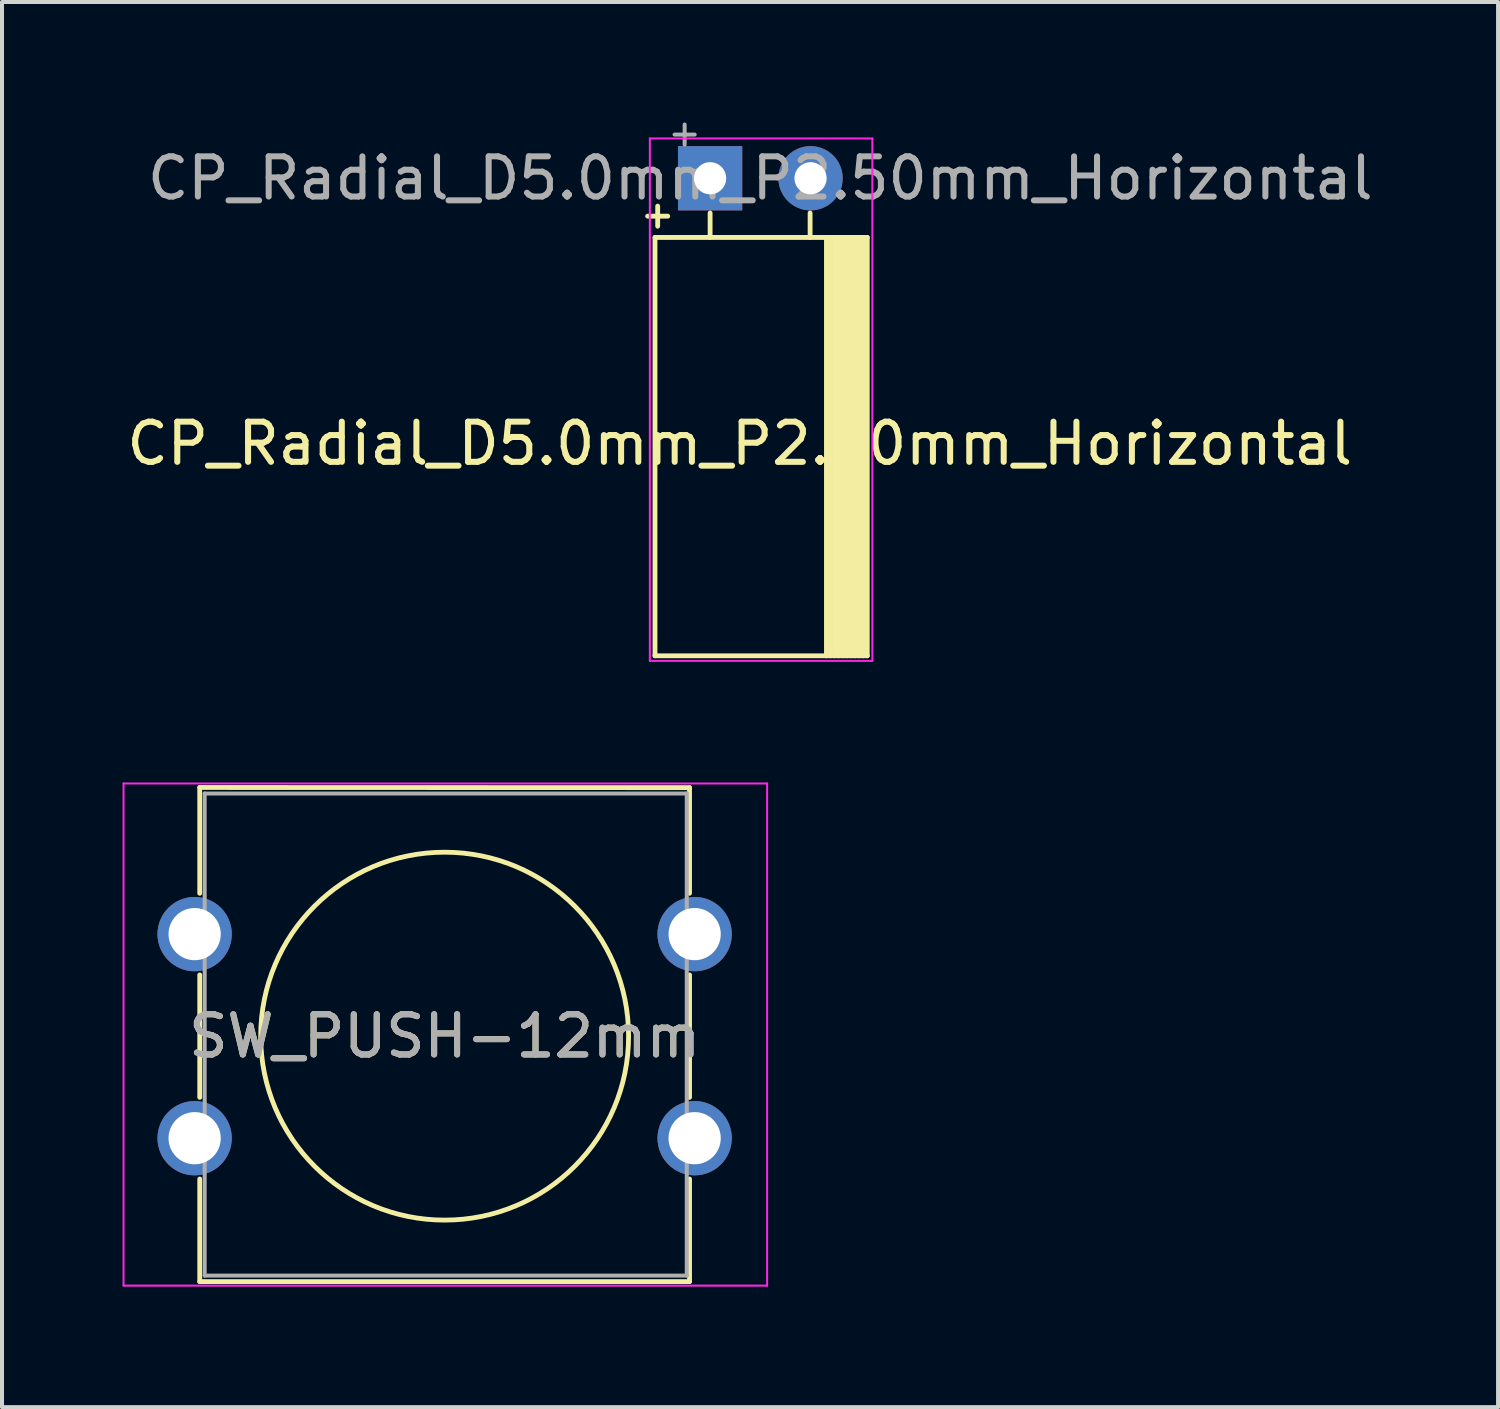
<source format=kicad_pcb>
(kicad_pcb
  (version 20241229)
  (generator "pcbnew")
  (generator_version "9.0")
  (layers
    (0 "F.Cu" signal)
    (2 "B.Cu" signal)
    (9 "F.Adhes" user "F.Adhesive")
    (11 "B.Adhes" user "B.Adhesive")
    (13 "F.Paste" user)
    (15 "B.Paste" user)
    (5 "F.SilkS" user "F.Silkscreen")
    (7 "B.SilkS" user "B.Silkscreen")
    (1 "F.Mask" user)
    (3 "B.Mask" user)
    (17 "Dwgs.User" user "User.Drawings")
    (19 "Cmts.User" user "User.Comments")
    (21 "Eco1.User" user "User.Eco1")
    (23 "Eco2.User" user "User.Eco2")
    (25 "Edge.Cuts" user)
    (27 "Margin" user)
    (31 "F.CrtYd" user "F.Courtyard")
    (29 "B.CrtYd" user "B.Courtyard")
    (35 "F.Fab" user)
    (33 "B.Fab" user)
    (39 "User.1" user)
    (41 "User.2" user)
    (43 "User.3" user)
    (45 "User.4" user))
  (footprint "CP_Radial_D5.0mm_P2.50mm_Horizontal"
    (layer "F.Cu")
    (at 14.626 1.387)
    (property "Reference" "CP_Radial_D5.0mm_P2.50mm_Horizontal" (at 0.737 6.604 0) (layer "F.SilkS") (effects (font (size 1 1) (thickness 0.15))))
    (attr through_hole)
    (fp_line (start -1.555 0.944) (end -1.055 0.944) (stroke (width 0.12) (type solid)) (layer "F.SilkS"))
    (fp_line (start -1.372 1.473) (end -1.372 11.887) (stroke (width 0.12) (type solid)) (layer "F.SilkS"))
    (fp_line (start -1.372 1.473) (end 3.912 1.473) (stroke (width 0.12) (type solid)) (layer "F.SilkS"))
    (fp_line (start -1.372 11.887) (end 3.912 11.887) (stroke (width 0.12) (type solid)) (layer "F.SilkS"))
    (fp_line (start -1.305 0.694) (end -1.305 1.194) (stroke (width 0.12) (type solid)) (layer "F.SilkS"))
    (fp_line (start 0 0.864) (end 0 1.473) (stroke (width 0.12) (type solid)) (layer "F.SilkS"))
    (fp_line (start 2.489 0.864) (end 2.489 1.473) (stroke (width 0.12) (type solid)) (layer "F.SilkS"))
    (fp_line (start 2.896 1.473) (end 2.896 11.887) (stroke (width 0.12) (type solid)) (layer "F.SilkS"))
    (fp_line (start 2.997 1.473) (end 2.997 11.887) (stroke (width 0.12) (type solid)) (layer "F.SilkS"))
    (fp_line (start 3.099 1.473) (end 3.099 11.887) (stroke (width 0.12) (type solid)) (layer "F.SilkS"))
    (fp_line (start 3.2 1.473) (end 3.2 11.887) (stroke (width 0.12) (type solid)) (layer "F.SilkS"))
    (fp_line (start 3.302 1.473) (end 3.302 11.887) (stroke (width 0.12) (type solid)) (layer "F.SilkS"))
    (fp_line (start 3.404 1.473) (end 3.404 11.887) (stroke (width 0.12) (type solid)) (layer "F.SilkS"))
    (fp_line (start 3.505 1.473) (end 3.505 11.887) (stroke (width 0.12) (type solid)) (layer "F.SilkS"))
    (fp_line (start 3.607 1.473) (end 3.607 11.887) (stroke (width 0.12) (type solid)) (layer "F.SilkS"))
    (fp_line (start 3.708 1.473) (end 3.708 11.887) (stroke (width 0.12) (type solid)) (layer "F.SilkS"))
    (fp_line (start 3.81 1.473) (end 3.81 11.887) (stroke (width 0.12) (type solid)) (layer "F.SilkS"))
    (fp_line (start 3.912 11.887) (end 3.912 1.473) (stroke (width 0.12) (type solid)) (layer "F.SilkS"))
    (fp_line (start -1.5 -0.991) (end -1.5 0) (stroke (width 0.05) (type solid)) (layer "F.CrtYd"))
    (fp_line (start -1.5 0) (end -1.5 12.014) (stroke (width 0.05) (type solid)) (layer "F.CrtYd"))
    (fp_line (start -1.5 12.014) (end 4.039 12.014) (stroke (width 0.05) (type solid)) (layer "F.CrtYd"))
    (fp_line (start 4.039 -0.991) (end -1.5 -0.991) (stroke (width 0.05) (type solid)) (layer "F.CrtYd"))
    (fp_line (start 4.039 12.014) (end 4.039 -0.991) (stroke (width 0.05) (type solid)) (layer "F.CrtYd"))
    (fp_line (start -0.884 -1.087) (end -0.384 -1.087) (stroke (width 0.1) (type solid)) (layer "F.Fab"))
    (fp_line (start -0.634 -1.337) (end -0.634 -0.838) (stroke (width 0.1) (type solid)) (layer "F.Fab"))
    (fp_text user "${REFERENCE}" (at 1.25 0 0) (layer "F.Fab") (effects (font (size 1 1) (thickness 0.15))))
    (pad "1" thru_hole rect (at 0 0) (size 1.6 1.6) (drill 0.8) (layers "*.Cu" "*.Mask"))
    (pad "2" thru_hole circle (at 2.5 0) (size 1.6 1.6) (drill 0.8) (layers "*.Cu" "*.Mask")))
  (footprint "SW_PUSH-12mm"
    (layer "F.Cu")
    (at 1.795 20.202)
    (property "Reference" "SW_PUSH-12mm" (at 6.223 2.54 0) (layer "F.SilkS") (effects (font (size 1 1) (thickness 0.15))))
    (attr through_hole)
    (fp_line (start 0.127 -3.65) (end 12.319 -3.646) (stroke (width 0.12) (type solid)) (layer "F.SilkS"))
    (fp_line (start 0.127 -1.016) (end 0.127 -3.65) (stroke (width 0.12) (type solid)) (layer "F.SilkS"))
    (fp_line (start 0.127 4.064) (end 0.127 1.016) (stroke (width 0.12) (type solid)) (layer "F.SilkS"))
    (fp_line (start 0.127 8.65) (end 0.127 6.096) (stroke (width 0.12) (type solid)) (layer "F.SilkS"))
    (fp_line (start 12.319 -3.646) (end 12.319 -1.016) (stroke (width 0.12) (type solid)) (layer "F.SilkS"))
    (fp_line (start 12.319 1.016) (end 12.319 4.064) (stroke (width 0.12) (type solid)) (layer "F.SilkS"))
    (fp_line (start 12.319 6.096) (end 12.319 8.65) (stroke (width 0.12) (type solid)) (layer "F.SilkS"))
    (fp_line (start 12.319 8.65) (end 0.127 8.65) (stroke (width 0.12) (type solid)) (layer "F.SilkS"))
    (fp_circle (center 6.223 2.54) (end 10.033 5.08) (stroke (width 0.12) (type solid)) (fill no) (layer "F.SilkS"))
    (fp_line (start -1.77 -3.75) (end -1.77 8.75) (stroke (width 0.05) (type solid)) (layer "F.CrtYd"))
    (fp_line (start -1.77 -3.75) (end 14.25 -3.75) (stroke (width 0.05) (type solid)) (layer "F.CrtYd"))
    (fp_line (start 14.25 8.75) (end -1.77 8.75) (stroke (width 0.05) (type solid)) (layer "F.CrtYd"))
    (fp_line (start 14.25 8.75) (end 14.25 -3.75) (stroke (width 0.05) (type solid)) (layer "F.CrtYd"))
    (fp_line (start 0.25 -3.5) (end 0.25 8.5) (stroke (width 0.1) (type solid)) (layer "F.Fab"))
    (fp_line (start 0.25 -3.5) (end 12.25 -3.5) (stroke (width 0.1) (type solid)) (layer "F.Fab"))
    (fp_line (start 0.25 8.5) (end 12.25 8.5) (stroke (width 0.1) (type solid)) (layer "F.Fab"))
    (fp_line (start 12.25 -3.5) (end 12.25 8.5) (stroke (width 0.1) (type solid)) (layer "F.Fab"))
    (fp_text user "${REFERENCE}" (at 6.223 2.54 0) (layer "F.Fab") (effects (font (size 1 1) (thickness 0.15))))
    (pad "1" thru_hole circle (at 0 0) (size 1.85 1.85) (drill 1.3) (layers "*.Cu" "*.Mask"))
    (pad "2" thru_hole circle (at 12.446 0) (size 1.85 1.85) (drill 1.3) (layers "*.Cu" "*.Mask"))
    (pad "3" thru_hole circle (at 0 5.08) (size 1.85 1.85) (drill 1.3) (layers "*.Cu" "*.Mask"))
    (pad "4" thru_hole circle (at 12.446 5.08) (size 1.85 1.85) (drill 1.3) (layers "*.Cu" "*.Mask")))
  (gr_rect
    (start -3 -3)
    (end 34.24 31.977)
    (stroke (width 0.1) (type default))
    (fill no)
    (layer "Edge.Cuts")))
</source>
